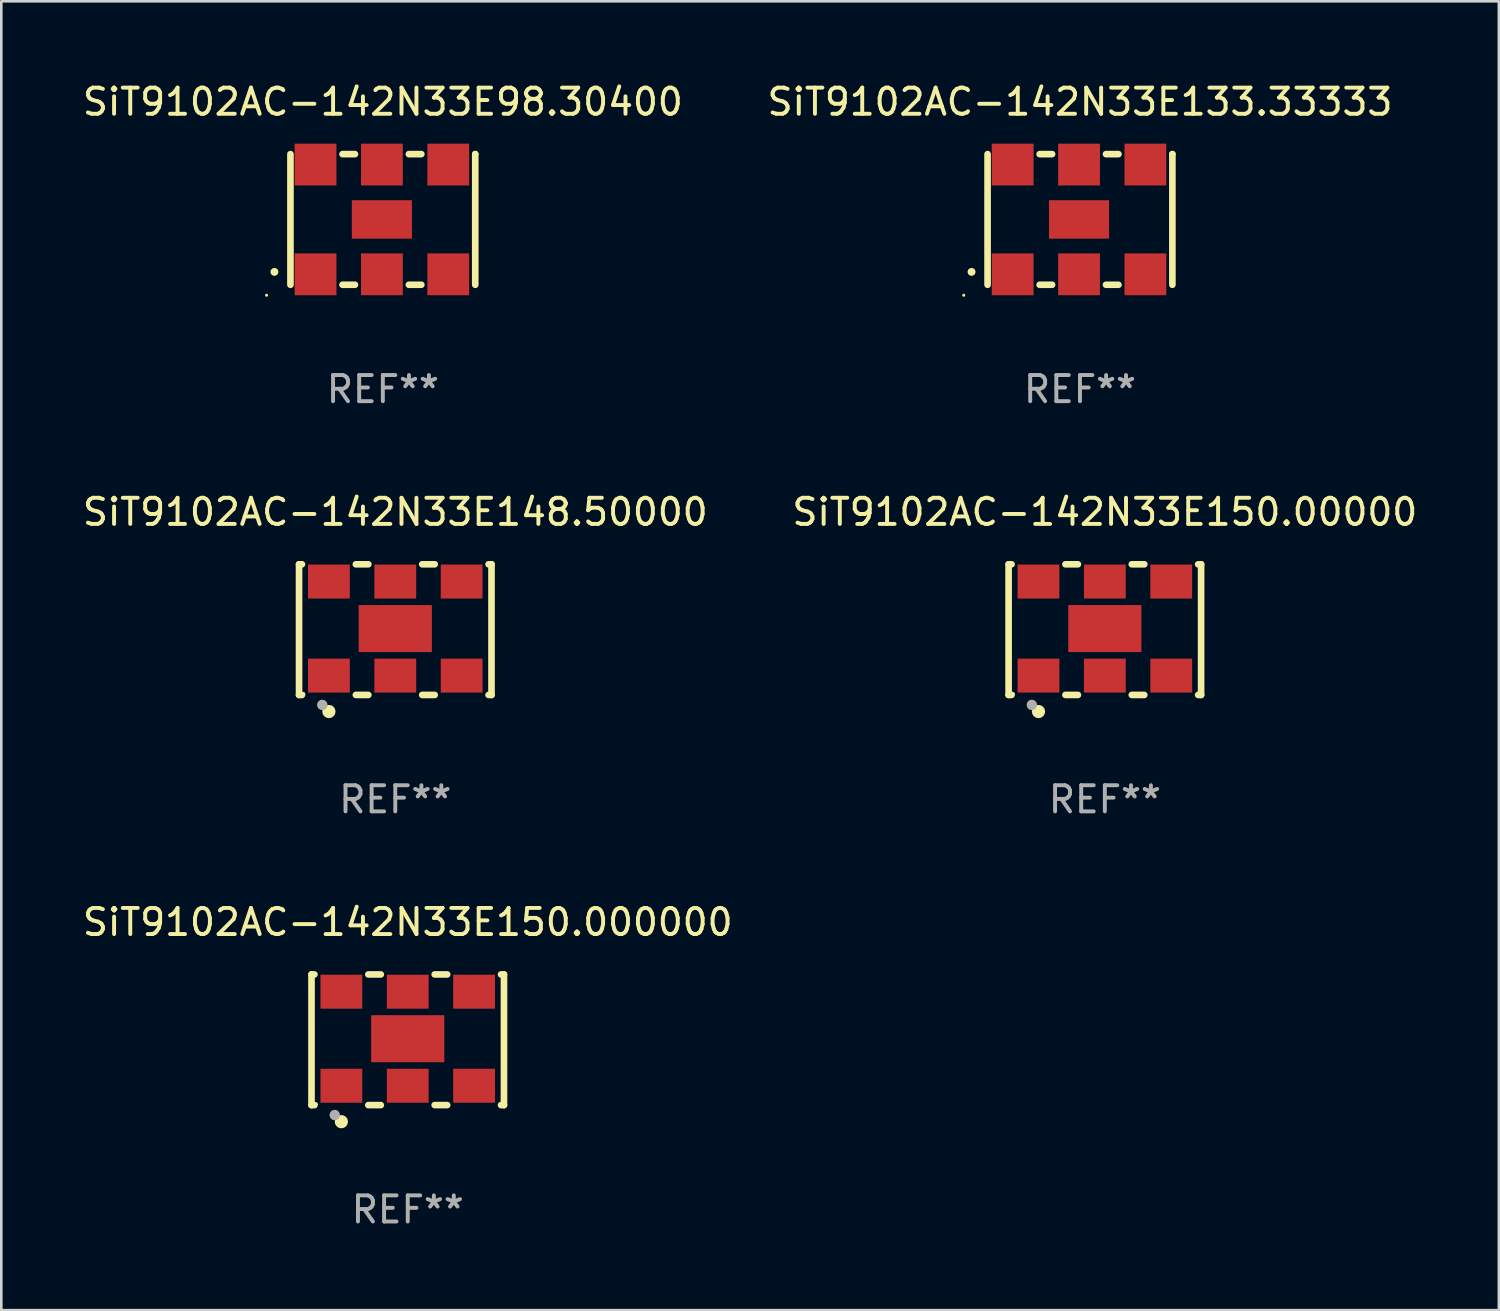
<source format=kicad_pcb>
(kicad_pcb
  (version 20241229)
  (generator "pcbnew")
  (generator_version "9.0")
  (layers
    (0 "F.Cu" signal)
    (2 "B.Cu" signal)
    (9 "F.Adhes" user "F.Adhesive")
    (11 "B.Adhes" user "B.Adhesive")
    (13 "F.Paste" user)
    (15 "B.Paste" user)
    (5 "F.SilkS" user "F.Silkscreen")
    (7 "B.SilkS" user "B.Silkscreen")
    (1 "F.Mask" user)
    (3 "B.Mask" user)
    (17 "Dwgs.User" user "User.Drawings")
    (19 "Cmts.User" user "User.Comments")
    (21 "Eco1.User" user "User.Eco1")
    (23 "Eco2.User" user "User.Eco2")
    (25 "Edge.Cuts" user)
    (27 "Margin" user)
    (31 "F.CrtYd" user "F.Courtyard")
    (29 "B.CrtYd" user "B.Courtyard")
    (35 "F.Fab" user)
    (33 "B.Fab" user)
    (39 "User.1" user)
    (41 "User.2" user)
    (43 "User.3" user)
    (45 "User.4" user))
  (footprint "SiT9102AC-142N33E98.30400"
    (layer "F.Cu")
    (at 11.601 5.348)
    (property "Reference" "SiT9102AC-142N33E98.30400" (at 0 -4.5 0) (layer "F.SilkS") (effects (font (size 1 1) (thickness 0.15))))
    (attr through_hole)
    (fp_line (start -3.536 -2.5) (end -3.536 2.5) (stroke (width 0.254) (type solid)) (layer "F.SilkS"))
    (fp_line (start -1.544 2.5) (end -1.067 2.5) (stroke (width 0.254) (type solid)) (layer "F.SilkS"))
    (fp_line (start -1.067 -2.5) (end -1.544 -2.5) (stroke (width 0.254) (type solid)) (layer "F.SilkS"))
    (fp_line (start 0.996 2.5) (end 1.473 2.5) (stroke (width 0.254) (type solid)) (layer "F.SilkS"))
    (fp_line (start 1.473 -2.5) (end 0.996 -2.5) (stroke (width 0.254) (type solid)) (layer "F.SilkS"))
    (fp_line (start 3.536 -2.5) (end 3.536 -2.5) (stroke (width 0.254) (type solid)) (layer "F.SilkS"))
    (fp_line (start 3.536 2.5) (end 3.536 -2.5) (stroke (width 0.254) (type solid)) (layer "F.SilkS"))
    (fp_arc (start -4.150432 2.006604) (mid -4.149162 2.006599) (end -4.147892 2.006604) (stroke (width 0.3) (type solid)) (layer "F.SilkS"))
    (fp_circle (center -4.449 2.9) (end -4.419 2.9) (stroke (width 0.06) (type solid)) (fill no) (layer "F.SilkS"))
    (fp_text user "REF**" (at 0 6.5 0) (layer "F.Fab") (effects (font (size 1 1) (thickness 0.15))))
    (pad "1" smd rect (at -2.576 2.1) (size 1.6 1.6) (layers "F.Cu" "F.Mask" "F.Paste"))
    (pad "2" smd rect (at -0.036 2.1) (size 1.6 1.6) (layers "F.Cu" "F.Mask" "F.Paste"))
    (pad "3" smd rect (at 2.504 2.1) (size 1.6 1.6) (layers "F.Cu" "F.Mask" "F.Paste"))
    (pad "4" smd rect (at 2.504 -2.1) (size 1.6 1.6) (layers "F.Cu" "F.Mask" "F.Paste"))
    (pad "5" smd rect (at -0.036 -2.1) (size 1.6 1.6) (layers "F.Cu" "F.Mask" "F.Paste"))
    (pad "6" smd rect (at -2.576 -2.1) (size 1.6 1.6) (layers "F.Cu" "F.Mask" "F.Paste"))
    (pad "7" smd rect (at -0.036 0) (size 2.3 1.47) (layers "F.Cu" "F.Mask" "F.Paste")))
  (footprint "SiT9102AC-142N33E148.50000"
    (layer "F.Cu")
    (at 12.077 21.045)
    (property "Reference" "SiT9102AC-142N33E148.50000" (at 0 -4.5 0) (layer "F.SilkS") (effects (font (size 1 1) (thickness 0.15))))
    (attr through_hole)
    (fp_line (start -3.683 -2.5) (end -3.571 -2.5) (stroke (width 0.254) (type solid)) (layer "F.SilkS"))
    (fp_line (start -3.683 2.5) (end -3.683 -2.5) (stroke (width 0.254) (type solid)) (layer "F.SilkS"))
    (fp_line (start -3.683 2.5) (end -3.571 2.5) (stroke (width 0.254) (type solid)) (layer "F.SilkS"))
    (fp_line (start -1.509 -2.5) (end -1.031 -2.5) (stroke (width 0.254) (type solid)) (layer "F.SilkS"))
    (fp_line (start -1.509 2.5) (end -1.031 2.5) (stroke (width 0.254) (type solid)) (layer "F.SilkS"))
    (fp_line (start 1.031 -2.5) (end 1.509 -2.5) (stroke (width 0.254) (type solid)) (layer "F.SilkS"))
    (fp_line (start 1.031 2.5) (end 1.509 2.5) (stroke (width 0.254) (type solid)) (layer "F.SilkS"))
    (fp_line (start 3.571 -2.5) (end 3.683 -2.5) (stroke (width 0.254) (type solid)) (layer "F.SilkS"))
    (fp_line (start 3.571 2.5) (end 3.683 2.5) (stroke (width 0.254) (type solid)) (layer "F.SilkS"))
    (fp_line (start 3.683 2.5) (end 3.683 -2.5) (stroke (width 0.254) (type solid)) (layer "F.SilkS"))
    (fp_circle (center -3.5 2.46) (end -3.47 2.46) (stroke (width 0.06) (type solid)) (fill no) (layer "F.SilkS"))
    (fp_circle (center -2.54 3.135) (end -2.413 3.135) (stroke (width 0.254) (type solid)) (fill no) (layer "F.SilkS"))
    (fp_circle (center -2.794 2.881) (end -2.694 2.881) (stroke (width 0.2) (type solid)) (fill no) (layer "F.Fab"))
    (fp_text user "REF**" (at 0 6.5 0) (layer "F.Fab") (effects (font (size 1 1) (thickness 0.15))))
    (pad "1" smd rect (at -2.54 1.76) (size 1.6 1.3) (layers "F.Cu" "F.Mask" "F.Paste"))
    (pad "2" smd rect (at 0 1.76) (size 1.6 1.3) (layers "F.Cu" "F.Mask" "F.Paste"))
    (pad "3" smd rect (at 2.54 1.76) (size 1.6 1.3) (layers "F.Cu" "F.Mask" "F.Paste"))
    (pad "4" smd rect (at 2.54 -1.84) (size 1.6 1.3) (layers "F.Cu" "F.Mask" "F.Paste"))
    (pad "5" smd rect (at 0 -1.84) (size 1.6 1.3) (layers "F.Cu" "F.Mask" "F.Paste"))
    (pad "6" smd rect (at -2.54 -1.84) (size 1.6 1.3) (layers "F.Cu" "F.Mask" "F.Paste"))
    (pad "7" smd rect (at 0 -0.04) (size 2.8 1.8) (layers "F.Cu" "F.Mask" "F.Paste")))
  (footprint "SiT9102AC-142N33E133.33333"
    (layer "F.Cu")
    (at 38.28 5.348)
    (property "Reference" "SiT9102AC-142N33E133.33333" (at 0 -4.5 0) (layer "F.SilkS") (effects (font (size 1 1) (thickness 0.15))))
    (attr through_hole)
    (fp_line (start -3.536 -2.5) (end -3.536 2.5) (stroke (width 0.254) (type solid)) (layer "F.SilkS"))
    (fp_line (start -1.544 2.5) (end -1.067 2.5) (stroke (width 0.254) (type solid)) (layer "F.SilkS"))
    (fp_line (start -1.067 -2.5) (end -1.544 -2.5) (stroke (width 0.254) (type solid)) (layer "F.SilkS"))
    (fp_line (start 0.996 2.5) (end 1.473 2.5) (stroke (width 0.254) (type solid)) (layer "F.SilkS"))
    (fp_line (start 1.473 -2.5) (end 0.996 -2.5) (stroke (width 0.254) (type solid)) (layer "F.SilkS"))
    (fp_line (start 3.536 -2.5) (end 3.536 -2.5) (stroke (width 0.254) (type solid)) (layer "F.SilkS"))
    (fp_line (start 3.536 2.5) (end 3.536 -2.5) (stroke (width 0.254) (type solid)) (layer "F.SilkS"))
    (fp_arc (start -4.150432 2.006604) (mid -4.149162 2.006599) (end -4.147892 2.006604) (stroke (width 0.3) (type solid)) (layer "F.SilkS"))
    (fp_circle (center -4.449 2.9) (end -4.419 2.9) (stroke (width 0.06) (type solid)) (fill no) (layer "F.SilkS"))
    (fp_text user "REF**" (at 0 6.5 0) (layer "F.Fab") (effects (font (size 1 1) (thickness 0.15))))
    (pad "1" smd rect (at -2.576 2.1) (size 1.6 1.6) (layers "F.Cu" "F.Mask" "F.Paste"))
    (pad "2" smd rect (at -0.036 2.1) (size 1.6 1.6) (layers "F.Cu" "F.Mask" "F.Paste"))
    (pad "3" smd rect (at 2.504 2.1) (size 1.6 1.6) (layers "F.Cu" "F.Mask" "F.Paste"))
    (pad "4" smd rect (at 2.504 -2.1) (size 1.6 1.6) (layers "F.Cu" "F.Mask" "F.Paste"))
    (pad "5" smd rect (at -0.036 -2.1) (size 1.6 1.6) (layers "F.Cu" "F.Mask" "F.Paste"))
    (pad "6" smd rect (at -2.576 -2.1) (size 1.6 1.6) (layers "F.Cu" "F.Mask" "F.Paste"))
    (pad "7" smd rect (at -0.036 0) (size 2.3 1.47) (layers "F.Cu" "F.Mask" "F.Paste")))
  (footprint "SiT9102AC-142N33E150.000000"
    (layer "F.Cu")
    (at 12.554 36.741)
    (property "Reference" "SiT9102AC-142N33E150.000000" (at 0 -4.5 0) (layer "F.SilkS") (effects (font (size 1 1) (thickness 0.15))))
    (attr through_hole)
    (fp_line (start -3.683 -2.5) (end -3.571 -2.5) (stroke (width 0.254) (type solid)) (layer "F.SilkS"))
    (fp_line (start -3.683 2.5) (end -3.683 -2.5) (stroke (width 0.254) (type solid)) (layer "F.SilkS"))
    (fp_line (start -3.683 2.5) (end -3.571 2.5) (stroke (width 0.254) (type solid)) (layer "F.SilkS"))
    (fp_line (start -1.509 -2.5) (end -1.031 -2.5) (stroke (width 0.254) (type solid)) (layer "F.SilkS"))
    (fp_line (start -1.509 2.5) (end -1.031 2.5) (stroke (width 0.254) (type solid)) (layer "F.SilkS"))
    (fp_line (start 1.031 -2.5) (end 1.509 -2.5) (stroke (width 0.254) (type solid)) (layer "F.SilkS"))
    (fp_line (start 1.031 2.5) (end 1.509 2.5) (stroke (width 0.254) (type solid)) (layer "F.SilkS"))
    (fp_line (start 3.571 -2.5) (end 3.683 -2.5) (stroke (width 0.254) (type solid)) (layer "F.SilkS"))
    (fp_line (start 3.571 2.5) (end 3.683 2.5) (stroke (width 0.254) (type solid)) (layer "F.SilkS"))
    (fp_line (start 3.683 2.5) (end 3.683 -2.5) (stroke (width 0.254) (type solid)) (layer "F.SilkS"))
    (fp_circle (center -3.5 2.46) (end -3.47 2.46) (stroke (width 0.06) (type solid)) (fill no) (layer "F.SilkS"))
    (fp_circle (center -2.54 3.135) (end -2.413 3.135) (stroke (width 0.254) (type solid)) (fill no) (layer "F.SilkS"))
    (fp_circle (center -2.794 2.881) (end -2.694 2.881) (stroke (width 0.2) (type solid)) (fill no) (layer "F.Fab"))
    (fp_text user "REF**" (at 0 6.5 0) (layer "F.Fab") (effects (font (size 1 1) (thickness 0.15))))
    (pad "1" smd rect (at -2.54 1.76) (size 1.6 1.3) (layers "F.Cu" "F.Mask" "F.Paste"))
    (pad "2" smd rect (at 0 1.76) (size 1.6 1.3) (layers "F.Cu" "F.Mask" "F.Paste"))
    (pad "3" smd rect (at 2.54 1.76) (size 1.6 1.3) (layers "F.Cu" "F.Mask" "F.Paste"))
    (pad "4" smd rect (at 2.54 -1.84) (size 1.6 1.3) (layers "F.Cu" "F.Mask" "F.Paste"))
    (pad "5" smd rect (at 0 -1.84) (size 1.6 1.3) (layers "F.Cu" "F.Mask" "F.Paste"))
    (pad "6" smd rect (at -2.54 -1.84) (size 1.6 1.3) (layers "F.Cu" "F.Mask" "F.Paste"))
    (pad "7" smd rect (at 0 -0.04) (size 2.8 1.8) (layers "F.Cu" "F.Mask" "F.Paste")))
  (footprint "SiT9102AC-142N33E150.00000"
    (layer "F.Cu")
    (at 39.232 21.045)
    (property "Reference" "SiT9102AC-142N33E150.00000" (at 0 -4.5 0) (layer "F.SilkS") (effects (font (size 1 1) (thickness 0.15))))
    (attr through_hole)
    (fp_line (start -3.683 -2.5) (end -3.571 -2.5) (stroke (width 0.254) (type solid)) (layer "F.SilkS"))
    (fp_line (start -3.683 2.5) (end -3.683 -2.5) (stroke (width 0.254) (type solid)) (layer "F.SilkS"))
    (fp_line (start -3.683 2.5) (end -3.571 2.5) (stroke (width 0.254) (type solid)) (layer "F.SilkS"))
    (fp_line (start -1.509 -2.5) (end -1.031 -2.5) (stroke (width 0.254) (type solid)) (layer "F.SilkS"))
    (fp_line (start -1.509 2.5) (end -1.031 2.5) (stroke (width 0.254) (type solid)) (layer "F.SilkS"))
    (fp_line (start 1.031 -2.5) (end 1.509 -2.5) (stroke (width 0.254) (type solid)) (layer "F.SilkS"))
    (fp_line (start 1.031 2.5) (end 1.509 2.5) (stroke (width 0.254) (type solid)) (layer "F.SilkS"))
    (fp_line (start 3.571 -2.5) (end 3.683 -2.5) (stroke (width 0.254) (type solid)) (layer "F.SilkS"))
    (fp_line (start 3.571 2.5) (end 3.683 2.5) (stroke (width 0.254) (type solid)) (layer "F.SilkS"))
    (fp_line (start 3.683 2.5) (end 3.683 -2.5) (stroke (width 0.254) (type solid)) (layer "F.SilkS"))
    (fp_circle (center -3.5 2.46) (end -3.47 2.46) (stroke (width 0.06) (type solid)) (fill no) (layer "F.SilkS"))
    (fp_circle (center -2.54 3.135) (end -2.413 3.135) (stroke (width 0.254) (type solid)) (fill no) (layer "F.SilkS"))
    (fp_circle (center -2.794 2.881) (end -2.694 2.881) (stroke (width 0.2) (type solid)) (fill no) (layer "F.Fab"))
    (fp_text user "REF**" (at 0 6.5 0) (layer "F.Fab") (effects (font (size 1 1) (thickness 0.15))))
    (pad "1" smd rect (at -2.54 1.76) (size 1.6 1.3) (layers "F.Cu" "F.Mask" "F.Paste"))
    (pad "2" smd rect (at 0 1.76) (size 1.6 1.3) (layers "F.Cu" "F.Mask" "F.Paste"))
    (pad "3" smd rect (at 2.54 1.76) (size 1.6 1.3) (layers "F.Cu" "F.Mask" "F.Paste"))
    (pad "4" smd rect (at 2.54 -1.84) (size 1.6 1.3) (layers "F.Cu" "F.Mask" "F.Paste"))
    (pad "5" smd rect (at 0 -1.84) (size 1.6 1.3) (layers "F.Cu" "F.Mask" "F.Paste"))
    (pad "6" smd rect (at -2.54 -1.84) (size 1.6 1.3) (layers "F.Cu" "F.Mask" "F.Paste"))
    (pad "7" smd rect (at 0 -0.04) (size 2.8 1.8) (layers "F.Cu" "F.Mask" "F.Paste")))
  (gr_rect
    (start -3 -3)
    (end 54.31 47.09)
    (stroke (width 0.1) (type default))
    (fill no)
    (layer "Edge.Cuts")))
</source>
